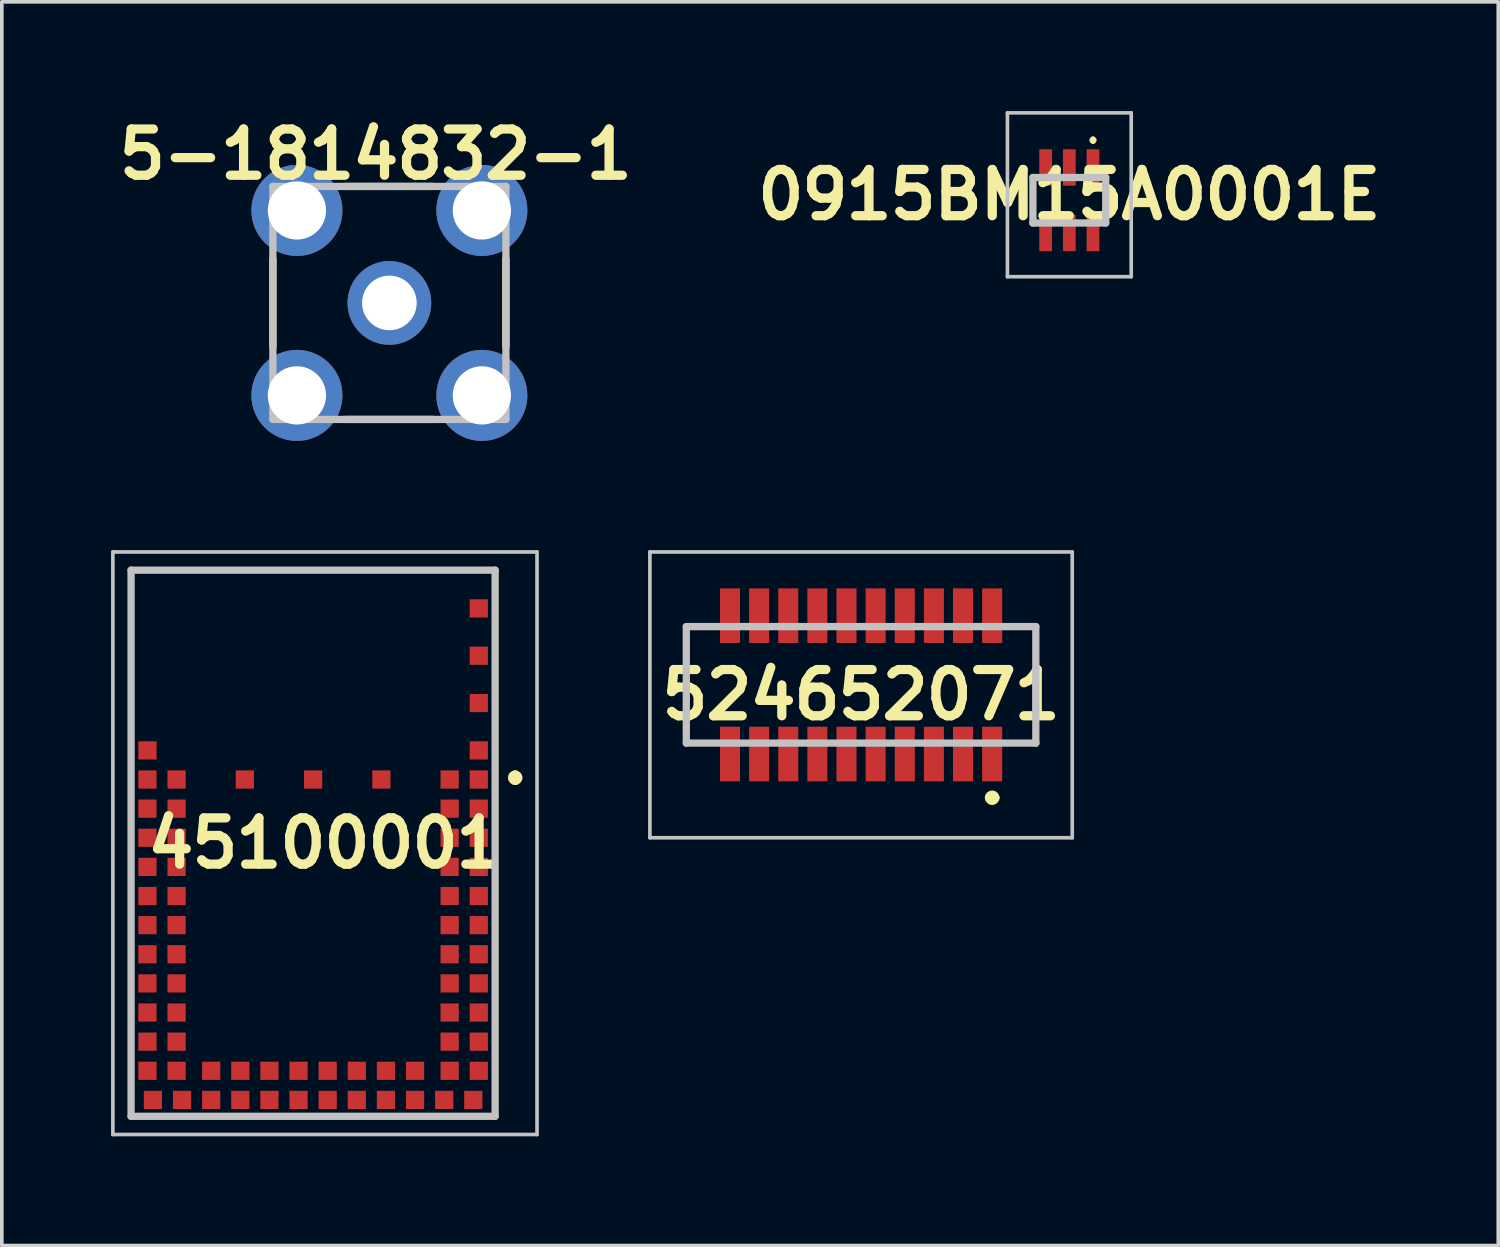
<source format=kicad_pcb>
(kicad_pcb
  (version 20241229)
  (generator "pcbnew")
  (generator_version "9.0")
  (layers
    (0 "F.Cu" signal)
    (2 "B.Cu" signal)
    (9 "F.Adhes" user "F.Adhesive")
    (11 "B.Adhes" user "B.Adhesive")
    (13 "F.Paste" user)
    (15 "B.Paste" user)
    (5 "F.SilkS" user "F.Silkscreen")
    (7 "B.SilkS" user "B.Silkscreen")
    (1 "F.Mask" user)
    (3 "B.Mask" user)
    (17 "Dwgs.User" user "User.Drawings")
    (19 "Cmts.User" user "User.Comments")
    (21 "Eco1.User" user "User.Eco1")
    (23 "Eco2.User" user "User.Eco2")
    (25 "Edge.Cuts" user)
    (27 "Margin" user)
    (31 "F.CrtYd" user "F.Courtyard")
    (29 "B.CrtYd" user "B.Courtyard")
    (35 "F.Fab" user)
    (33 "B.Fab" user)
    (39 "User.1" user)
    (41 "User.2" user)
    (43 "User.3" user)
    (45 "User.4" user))
  (footprint "5-1814832-1"
    (layer "F.Cu")
    (at 7.645 5.27)
    (property "Reference" "5-1814832-1" (at -0.376 -4.081 0) (layer "F.SilkS") (effects (font (size 1.27 1.27) (thickness 0.254))))
    (attr through_hole)
    (fp_line (start -3.2 -1.2) (end -3.2 1.2) (stroke (width 0.2) (type solid)) (layer "F.SilkS"))
    (fp_line (start -1.2 -3.2) (end 1.2 -3.2) (stroke (width 0.2) (type solid)) (layer "F.SilkS"))
    (fp_line (start -1.2 3.2) (end 1.2 3.2) (stroke (width 0.2) (type solid)) (layer "F.SilkS"))
    (fp_line (start 3.2 -1.2) (end 3.2 1.2) (stroke (width 0.2) (type solid)) (layer "F.SilkS"))
    (fp_line (start -3.2 -3.2) (end 3.2 -3.2) (stroke (width 0.2) (type solid)) (layer "Dwgs.User"))
    (fp_line (start -3.2 3.2) (end -3.2 -3.2) (stroke (width 0.2) (type solid)) (layer "Dwgs.User"))
    (fp_line (start 3.2 -3.2) (end 3.2 3.2) (stroke (width 0.2) (type solid)) (layer "Dwgs.User"))
    (fp_line (start 3.2 3.2) (end -3.2 3.2) (stroke (width 0.2) (type solid)) (layer "Dwgs.User"))
    (pad "1" thru_hole circle (at 0 0) (size 2.3 2.3) (drill 1.5) (layers "*.Cu" "*.Mask"))
    (pad "2" thru_hole circle (at -2.54 2.54) (size 2.5 2.5) (drill 1.6) (layers "*.Cu" "*.Mask"))
    (pad "3" thru_hole circle (at 2.54 2.54) (size 2.5 2.5) (drill 1.6) (layers "*.Cu" "*.Mask"))
    (pad "4" thru_hole circle (at 2.54 -2.54) (size 2.5 2.5) (drill 1.6) (layers "*.Cu" "*.Mask"))
    (pad "5" thru_hole circle (at -2.54 -2.54) (size 2.5 2.5) (drill 1.6) (layers "*.Cu" "*.Mask")))
  (footprint "45100001"
    (layer "F.Cu")
    (at 5.55 20.11)
    (property "Reference" "45100001" (at 0.325 0 0) (layer "F.SilkS") (effects (font (size 1.27 1.27) (thickness 0.254))))
    (attr smd)
    (fp_line (start -5 -7.5) (end 5 -7.5) (stroke (width 0.1) (type solid)) (layer "F.SilkS"))
    (fp_line (start -5 -3.5) (end -5 -7.5) (stroke (width 0.1) (type solid)) (layer "F.SilkS"))
    (fp_line (start 5 -7.5) (end 5 -7) (stroke (width 0.1) (type solid)) (layer "F.SilkS"))
    (fp_line (start 5.55 -1.9) (end 5.55 -1.9) (stroke (width 0.2) (type solid)) (layer "F.SilkS"))
    (fp_line (start 5.55 -1.7) (end 5.55 -1.7) (stroke (width 0.2) (type solid)) (layer "F.SilkS"))
    (fp_arc (start 5.55 -1.9) (mid 5.65 -1.8) (end 5.55 -1.7) (stroke (width 0.2) (type solid)) (layer "F.SilkS"))
    (fp_arc (start 5.55 -1.7) (mid 5.45 -1.8) (end 5.55 -1.9) (stroke (width 0.2) (type solid)) (layer "F.SilkS"))
    (fp_line (start -5.5 -8) (end 6.15 -8) (stroke (width 0.1) (type solid)) (layer "Dwgs.User"))
    (fp_line (start -5.5 8) (end -5.5 -8) (stroke (width 0.1) (type solid)) (layer "Dwgs.User"))
    (fp_line (start -5 -7.5) (end 5 -7.5) (stroke (width 0.2) (type solid)) (layer "Dwgs.User"))
    (fp_line (start -5 7.5) (end -5 -7.5) (stroke (width 0.2) (type solid)) (layer "Dwgs.User"))
    (fp_line (start 5 -7.5) (end 5 7.5) (stroke (width 0.2) (type solid)) (layer "Dwgs.User"))
    (fp_line (start 5 7.5) (end -5 7.5) (stroke (width 0.2) (type solid)) (layer "Dwgs.User"))
    (fp_line (start 6.15 -8) (end 6.15 8) (stroke (width 0.1) (type solid)) (layer "Dwgs.User"))
    (fp_line (start 6.15 8) (end -5.5 8) (stroke (width 0.1) (type solid)) (layer "Dwgs.User"))
    (pad "1" smd rect (at 4.55 -1.75 90) (size 0.5 0.5) (layers "F.Cu" "F.Paste"))
    (pad "2" smd rect (at 3.75 -1.75 90) (size 0.5 0.5) (layers "F.Cu" "F.Paste"))
    (pad "3" smd rect (at 4.55 -0.95 90) (size 0.5 0.5) (layers "F.Cu" "F.Paste"))
    (pad "4" smd rect (at 3.75 -0.95 90) (size 0.5 0.5) (layers "F.Cu" "F.Paste"))
    (pad "5" smd rect (at 4.55 -0.15 90) (size 0.5 0.5) (layers "F.Cu" "F.Paste"))
    (pad "6" smd rect (at 3.75 -0.15 90) (size 0.5 0.5) (layers "F.Cu" "F.Paste"))
    (pad "7" smd rect (at 4.55 0.65 90) (size 0.5 0.5) (layers "F.Cu" "F.Paste"))
    (pad "8" smd rect (at 3.75 0.65 90) (size 0.5 0.5) (layers "F.Cu" "F.Paste"))
    (pad "9" smd rect (at 4.55 1.45 90) (size 0.5 0.5) (layers "F.Cu" "F.Paste"))
    (pad "10" smd rect (at 3.75 1.45 90) (size 0.5 0.5) (layers "F.Cu" "F.Paste"))
    (pad "11" smd rect (at 4.55 2.25 90) (size 0.5 0.5) (layers "F.Cu" "F.Paste"))
    (pad "12" smd rect (at 3.75 2.25 90) (size 0.5 0.5) (layers "F.Cu" "F.Paste"))
    (pad "13" smd rect (at 4.55 3.05 90) (size 0.5 0.5) (layers "F.Cu" "F.Paste"))
    (pad "14" smd rect (at 3.75 3.05 90) (size 0.5 0.5) (layers "F.Cu" "F.Paste"))
    (pad "15" smd rect (at 4.55 3.85 90) (size 0.5 0.5) (layers "F.Cu" "F.Paste"))
    (pad "16" smd rect (at 3.75 3.85 90) (size 0.5 0.5) (layers "F.Cu" "F.Paste"))
    (pad "17" smd rect (at 4.55 4.65 90) (size 0.5 0.5) (layers "F.Cu" "F.Paste"))
    (pad "18" smd rect (at 3.75 4.65 90) (size 0.5 0.5) (layers "F.Cu" "F.Paste"))
    (pad "19" smd rect (at 4.55 5.45 90) (size 0.5 0.5) (layers "F.Cu" "F.Paste"))
    (pad "20" smd rect (at 3.75 5.45 90) (size 0.5 0.5) (layers "F.Cu" "F.Paste"))
    (pad "21" smd rect (at 4.55 6.25 90) (size 0.5 0.5) (layers "F.Cu" "F.Paste"))
    (pad "22" smd rect (at 3.75 6.25 90) (size 0.5 0.5) (layers "F.Cu" "F.Paste"))
    (pad "23" smd rect (at 4.4 7.05 90) (size 0.5 0.5) (layers "F.Cu" "F.Paste"))
    (pad "24" smd rect (at 3.6 7.05 90) (size 0.5 0.5) (layers "F.Cu" "F.Paste"))
    (pad "25" smd rect (at 2.8 7.05 90) (size 0.5 0.5) (layers "F.Cu" "F.Paste"))
    (pad "26" smd rect (at 2.8 6.25 90) (size 0.5 0.5) (layers "F.Cu" "F.Paste"))
    (pad "27" smd rect (at 2 7.05 90) (size 0.5 0.5) (layers "F.Cu" "F.Paste"))
    (pad "28" smd rect (at 2 6.25 90) (size 0.5 0.5) (layers "F.Cu" "F.Paste"))
    (pad "29" smd rect (at 1.2 7.05 90) (size 0.5 0.5) (layers "F.Cu" "F.Paste"))
    (pad "30" smd rect (at 1.2 6.25 90) (size 0.5 0.5) (layers "F.Cu" "F.Paste"))
    (pad "31" smd rect (at 0.4 7.05 90) (size 0.5 0.5) (layers "F.Cu" "F.Paste"))
    (pad "32" smd rect (at 0.4 6.25 90) (size 0.5 0.5) (layers "F.Cu" "F.Paste"))
    (pad "33" smd rect (at -0.4 7.05 90) (size 0.5 0.5) (layers "F.Cu" "F.Paste"))
    (pad "34" smd rect (at -0.4 6.25 90) (size 0.5 0.5) (layers "F.Cu" "F.Paste"))
    (pad "35" smd rect (at -1.2 7.05 90) (size 0.5 0.5) (layers "F.Cu" "F.Paste"))
    (pad "36" smd rect (at -1.2 6.25 90) (size 0.5 0.5) (layers "F.Cu" "F.Paste"))
    (pad "37" smd rect (at -2 7.05 90) (size 0.5 0.5) (layers "F.Cu" "F.Paste"))
    (pad "38" smd rect (at -2 6.25 90) (size 0.5 0.5) (layers "F.Cu" "F.Paste"))
    (pad "39" smd rect (at -2.8 7.05 90) (size 0.5 0.5) (layers "F.Cu" "F.Paste"))
    (pad "40" smd rect (at -2.8 6.25 90) (size 0.5 0.5) (layers "F.Cu" "F.Paste"))
    (pad "41" smd rect (at -3.6 7.05 90) (size 0.5 0.5) (layers "F.Cu" "F.Paste"))
    (pad "42" smd rect (at -4.4 7.05 90) (size 0.5 0.5) (layers "F.Cu" "F.Paste"))
    (pad "43" smd rect (at -4.55 6.25 90) (size 0.5 0.5) (layers "F.Cu" "F.Paste"))
    (pad "44" smd rect (at -3.75 6.25 90) (size 0.5 0.5) (layers "F.Cu" "F.Paste"))
    (pad "45" smd rect (at -4.55 5.45 90) (size 0.5 0.5) (layers "F.Cu" "F.Paste"))
    (pad "46" smd rect (at -3.75 5.45 90) (size 0.5 0.5) (layers "F.Cu" "F.Paste"))
    (pad "47" smd rect (at -4.55 4.65 90) (size 0.5 0.5) (layers "F.Cu" "F.Paste"))
    (pad "48" smd rect (at -3.75 4.65 90) (size 0.5 0.5) (layers "F.Cu" "F.Paste"))
    (pad "49" smd rect (at -4.55 3.85 90) (size 0.5 0.5) (layers "F.Cu" "F.Paste"))
    (pad "50" smd rect (at -3.75 3.85 90) (size 0.5 0.5) (layers "F.Cu" "F.Paste"))
    (pad "51" smd rect (at -4.55 3.05 90) (size 0.5 0.5) (layers "F.Cu" "F.Paste"))
    (pad "52" smd rect (at -3.75 3.05 90) (size 0.5 0.5) (layers "F.Cu" "F.Paste"))
    (pad "53" smd rect (at -4.55 2.25 90) (size 0.5 0.5) (layers "F.Cu" "F.Paste"))
    (pad "54" smd rect (at -3.75 2.25 90) (size 0.5 0.5) (layers "F.Cu" "F.Paste"))
    (pad "55" smd rect (at -4.55 1.45 90) (size 0.5 0.5) (layers "F.Cu" "F.Paste"))
    (pad "56" smd rect (at -3.75 1.45 90) (size 0.5 0.5) (layers "F.Cu" "F.Paste"))
    (pad "57" smd rect (at -4.55 0.65 90) (size 0.5 0.5) (layers "F.Cu" "F.Paste"))
    (pad "58" smd rect (at -3.75 0.65 90) (size 0.5 0.5) (layers "F.Cu" "F.Paste"))
    (pad "59" smd rect (at -4.55 -0.15 90) (size 0.5 0.5) (layers "F.Cu" "F.Paste"))
    (pad "60" smd rect (at -3.75 -0.15 90) (size 0.5 0.5) (layers "F.Cu" "F.Paste"))
    (pad "61" smd rect (at -4.55 -0.95 90) (size 0.5 0.5) (layers "F.Cu" "F.Paste"))
    (pad "62" smd rect (at -3.75 -0.95 90) (size 0.5 0.5) (layers "F.Cu" "F.Paste"))
    (pad "63" smd rect (at -4.55 -1.75 90) (size 0.5 0.5) (layers "F.Cu" "F.Paste"))
    (pad "64" smd rect (at -3.75 -1.75 90) (size 0.5 0.5) (layers "F.Cu" "F.Paste"))
    (pad "65" smd rect (at -4.55 -2.55 90) (size 0.5 0.5) (layers "F.Cu" "F.Paste"))
    (pad "66" smd rect (at 4.55 -3.85 90) (size 0.5 0.5) (layers "F.Cu" "F.Paste"))
    (pad "67" smd rect (at 4.55 -5.15 90) (size 0.5 0.5) (layers "F.Cu" "F.Paste"))
    (pad "68" smd rect (at 4.55 -6.45 90) (size 0.5 0.5) (layers "F.Cu" "F.Paste"))
    (pad "69" smd rect (at -1.875 -1.75 90) (size 0.5 0.5) (layers "F.Cu" "F.Paste"))
    (pad "70" smd rect (at 0 -1.75 90) (size 0.5 0.5) (layers "F.Cu" "F.Paste"))
    (pad "71" smd rect (at 1.875 -1.75 90) (size 0.5 0.5) (layers "F.Cu" "F.Paste"))
    (pad "A1" smd rect (at 4.55 -2.55 90) (size 0.5 0.5) (layers "F.Cu" "F.Paste")))
  (footprint "524652071"
    (layer "F.Cu")
    (at 20.6 16.035)
    (property "Reference" "524652071" (at 0 0 0) (layer "F.SilkS") (effects (font (size 1.27 1.27) (thickness 0.254))))
    (attr smd)
    (fp_line (start -4.8 -1.875) (end -4.8 1.325) (stroke (width 0.1) (type solid)) (layer "F.SilkS"))
    (fp_line (start -4.8 1.325) (end -4.5 1.325) (stroke (width 0.1) (type solid)) (layer "F.SilkS"))
    (fp_line (start -4.5 -1.875) (end -4.8 -1.875) (stroke (width 0.1) (type solid)) (layer "F.SilkS"))
    (fp_line (start 3.5 2.825) (end 3.5 2.825) (stroke (width 0.2) (type solid)) (layer "F.SilkS"))
    (fp_line (start 3.7 2.825) (end 3.7 2.825) (stroke (width 0.2) (type solid)) (layer "F.SilkS"))
    (fp_line (start 4.5 -1.875) (end 4.8 -1.875) (stroke (width 0.1) (type solid)) (layer "F.SilkS"))
    (fp_line (start 4.8 -1.875) (end 4.8 1.325) (stroke (width 0.1) (type solid)) (layer "F.SilkS"))
    (fp_line (start 4.8 1.325) (end 4.5 1.325) (stroke (width 0.1) (type solid)) (layer "F.SilkS"))
    (fp_arc (start 3.5 2.825) (mid 3.6 2.725) (end 3.7 2.825) (stroke (width 0.2) (type solid)) (layer "F.SilkS"))
    (fp_arc (start 3.7 2.825) (mid 3.6 2.925) (end 3.5 2.825) (stroke (width 0.2) (type solid)) (layer "F.SilkS"))
    (fp_line (start -5.8 -3.925) (end 5.8 -3.925) (stroke (width 0.1) (type solid)) (layer "Dwgs.User"))
    (fp_line (start -5.8 3.925) (end -5.8 -3.925) (stroke (width 0.1) (type solid)) (layer "Dwgs.User"))
    (fp_line (start -4.8 -1.875) (end 4.8 -1.875) (stroke (width 0.2) (type solid)) (layer "Dwgs.User"))
    (fp_line (start -4.8 1.325) (end -4.8 -1.875) (stroke (width 0.2) (type solid)) (layer "Dwgs.User"))
    (fp_line (start 4.8 -1.875) (end 4.8 1.325) (stroke (width 0.2) (type solid)) (layer "Dwgs.User"))
    (fp_line (start 4.8 1.325) (end -4.8 1.325) (stroke (width 0.2) (type solid)) (layer "Dwgs.User"))
    (fp_line (start 5.8 -3.925) (end 5.8 3.925) (stroke (width 0.1) (type solid)) (layer "Dwgs.User"))
    (fp_line (start 5.8 3.925) (end -5.8 3.925) (stroke (width 0.1) (type solid)) (layer "Dwgs.User"))
    (pad "1" smd rect (at 3.6 1.625) (size 0.55 1.5) (layers "F.Cu" "F.Paste"))
    (pad "2" smd rect (at 3.6 -2.175) (size 0.55 1.5) (layers "F.Cu" "F.Paste"))
    (pad "3" smd rect (at 2.8 1.625) (size 0.55 1.5) (layers "F.Cu" "F.Paste"))
    (pad "4" smd rect (at 2.8 -2.175) (size 0.55 1.5) (layers "F.Cu" "F.Paste"))
    (pad "5" smd rect (at 2 1.625) (size 0.55 1.5) (layers "F.Cu" "F.Paste"))
    (pad "6" smd rect (at 2 -2.175) (size 0.55 1.5) (layers "F.Cu" "F.Paste"))
    (pad "7" smd rect (at 1.2 1.625) (size 0.55 1.5) (layers "F.Cu" "F.Paste"))
    (pad "8" smd rect (at 1.2 -2.175) (size 0.55 1.5) (layers "F.Cu" "F.Paste"))
    (pad "9" smd rect (at 0.4 1.625) (size 0.55 1.5) (layers "F.Cu" "F.Paste"))
    (pad "10" smd rect (at 0.4 -2.175) (size 0.55 1.5) (layers "F.Cu" "F.Paste"))
    (pad "11" smd rect (at -0.4 1.625) (size 0.55 1.5) (layers "F.Cu" "F.Paste"))
    (pad "12" smd rect (at -0.4 -2.175) (size 0.55 1.5) (layers "F.Cu" "F.Paste"))
    (pad "13" smd rect (at -1.2 1.625) (size 0.55 1.5) (layers "F.Cu" "F.Paste"))
    (pad "14" smd rect (at -1.2 -2.175) (size 0.55 1.5) (layers "F.Cu" "F.Paste"))
    (pad "15" smd rect (at -2 1.625) (size 0.55 1.5) (layers "F.Cu" "F.Paste"))
    (pad "16" smd rect (at -2 -2.175) (size 0.55 1.5) (layers "F.Cu" "F.Paste"))
    (pad "17" smd rect (at -2.8 1.625) (size 0.55 1.5) (layers "F.Cu" "F.Paste"))
    (pad "18" smd rect (at -2.8 -2.175) (size 0.55 1.5) (layers "F.Cu" "F.Paste"))
    (pad "19" smd rect (at -3.6 1.625) (size 0.55 1.5) (layers "F.Cu" "F.Paste"))
    (pad "20" smd rect (at -3.6 -2.175) (size 0.55 1.5) (layers "F.Cu" "F.Paste")))
  (footprint "0915BM15A0001E"
    (layer "F.Cu")
    (at 26.32 2.45)
    (property "Reference" "0915BM15A0001E" (at 0 -0.15 0) (layer "F.SilkS") (effects (font (size 1.27 1.27) (thickness 0.254))))
    (attr smd)
    (fp_line (start -1 -0.625) (end -1 0.625) (stroke (width 0.1) (type solid)) (layer "F.SilkS"))
    (fp_line (start 0.65 -1.7) (end 0.65 -1.7) (stroke (width 0.1) (type solid)) (layer "F.SilkS"))
    (fp_line (start 0.65 -1.6) (end 0.65 -1.6) (stroke (width 0.1) (type solid)) (layer "F.SilkS"))
    (fp_line (start 1 -0.625) (end 1 0.625) (stroke (width 0.1) (type solid)) (layer "F.SilkS"))
    (fp_arc (start 0.65 -1.7) (mid 0.7 -1.65) (end 0.65 -1.6) (stroke (width 0.1) (type solid)) (layer "F.SilkS"))
    (fp_arc (start 0.65 -1.6) (mid 0.6 -1.65) (end 0.65 -1.7) (stroke (width 0.1) (type solid)) (layer "F.SilkS"))
    (fp_line (start -1.7 -2.4) (end 1.7 -2.4) (stroke (width 0.1) (type solid)) (layer "Dwgs.User"))
    (fp_line (start -1.7 2.1) (end -1.7 -2.4) (stroke (width 0.1) (type solid)) (layer "Dwgs.User"))
    (fp_line (start -1 -0.625) (end 1 -0.625) (stroke (width 0.2) (type solid)) (layer "Dwgs.User"))
    (fp_line (start -1 0.625) (end -1 -0.625) (stroke (width 0.2) (type solid)) (layer "Dwgs.User"))
    (fp_line (start 1 -0.625) (end 1 0.625) (stroke (width 0.2) (type solid)) (layer "Dwgs.User"))
    (fp_line (start 1 0.625) (end -1 0.625) (stroke (width 0.2) (type solid)) (layer "Dwgs.User"))
    (fp_line (start 1.7 -2.4) (end 1.7 2.1) (stroke (width 0.1) (type solid)) (layer "Dwgs.User"))
    (fp_line (start 1.7 2.1) (end -1.7 2.1) (stroke (width 0.1) (type solid)) (layer "Dwgs.User"))
    (pad "1" smd rect (at 0.65 -0.9) (size 0.35 1) (layers "F.Cu" "F.Paste"))
    (pad "2" smd rect (at 0 -0.9) (size 0.35 1) (layers "F.Cu" "F.Paste"))
    (pad "3" smd rect (at -0.65 -0.9) (size 0.35 1) (layers "F.Cu" "F.Paste"))
    (pad "4" smd rect (at -0.65 0.9) (size 0.35 1) (layers "F.Cu" "F.Paste"))
    (pad "5" smd rect (at 0 0.9) (size 0.35 1) (layers "F.Cu" "F.Paste"))
    (pad "6" smd rect (at 0.65 0.9) (size 0.35 1) (layers "F.Cu" "F.Paste")))
  (gr_rect
    (start -3 -3)
    (end 38.101 31.16)
    (stroke (width 0.1) (type default))
    (fill no)
    (layer "Edge.Cuts")))
</source>
